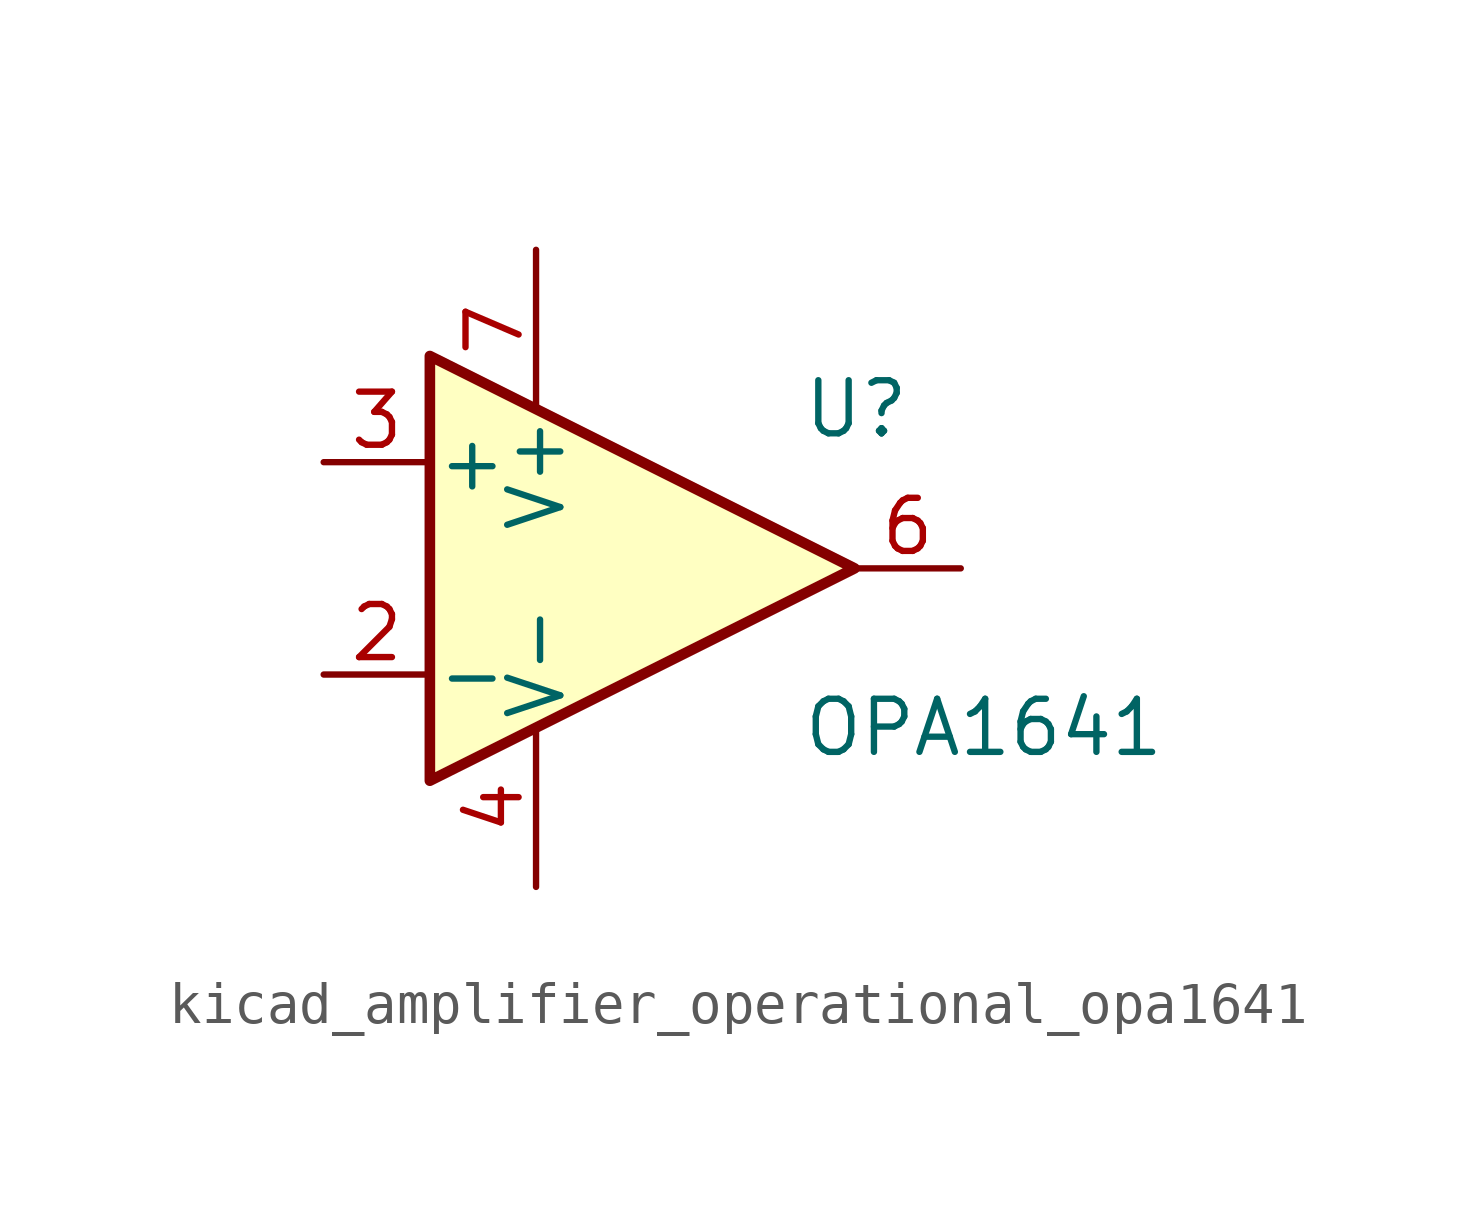
<source format=kicad_sym>
(kicad_symbol_lib
  (version 20220914)
  (generator kicad_symbol_editor)
  (symbol "kicad_amplifier_operational_opa1641"
    (pin_names
      (offset 0.127))
    (property "Reference" "U"
      (at 3.81 3.81 0)
      (effects (font (size 1.27 1.27)) (justify left)))
    (property "Value" "OPA1641"
      (at 3.81 -3.81 0)
      (effects (font (size 1.27 1.27)) (justify left)))
    (symbol "kicad_amplifier_operational_opa1641_0_1"
      (polyline (pts (xy 5.08 0) (xy -5.08 5.08) (xy -5.08 -5.08) (xy 5.08 0)) (stroke (width 0.254) (type default)) (fill (type background))))
    (symbol "kicad_amplifier_operational_opa1641_1_1"
      (pin no_connect line (at -2.54 -2.54 90) (length 2.54) hide (name "NC" (effects (font (size 1.27 1.27)))) (number "1" (effects (font (size 1.27 1.27)))))
      (pin input line (at -7.62 -2.54 0) (length 2.54) (name "-" (effects (font (size 1.27 1.27)))) (number "2" (effects (font (size 1.27 1.27)))))
      (pin input line (at -7.62 2.54 0) (length 2.54) (name "+" (effects (font (size 1.27 1.27)))) (number "3" (effects (font (size 1.27 1.27)))))
      (pin power_in line (at -2.54 -7.62 90) (length 3.81) (name "V-" (effects (font (size 1.27 1.27)))) (number "4" (effects (font (size 1.27 1.27)))))
      (pin no_connect line (at 0 -2.54 90) (length 2.54) hide (name "NC" (effects (font (size 1.27 1.27)))) (number "5" (effects (font (size 1.27 1.27)))))
      (pin output line (at 7.62 0 180) (length 2.54) (name "~" (effects (font (size 1.27 1.27)))) (number "6" (effects (font (size 1.27 1.27)))))
      (pin power_in line (at -2.54 7.62 270) (length 3.81) (name "V+" (effects (font (size 1.27 1.27)))) (number "7" (effects (font (size 1.27 1.27)))))
      (pin no_connect line (at -5.08 -2.54 90) (length 2.54) hide (name "NC" (effects (font (size 1.27 1.27)))) (number "8" (effects (font (size 1.27 1.27))))))))
</source>
